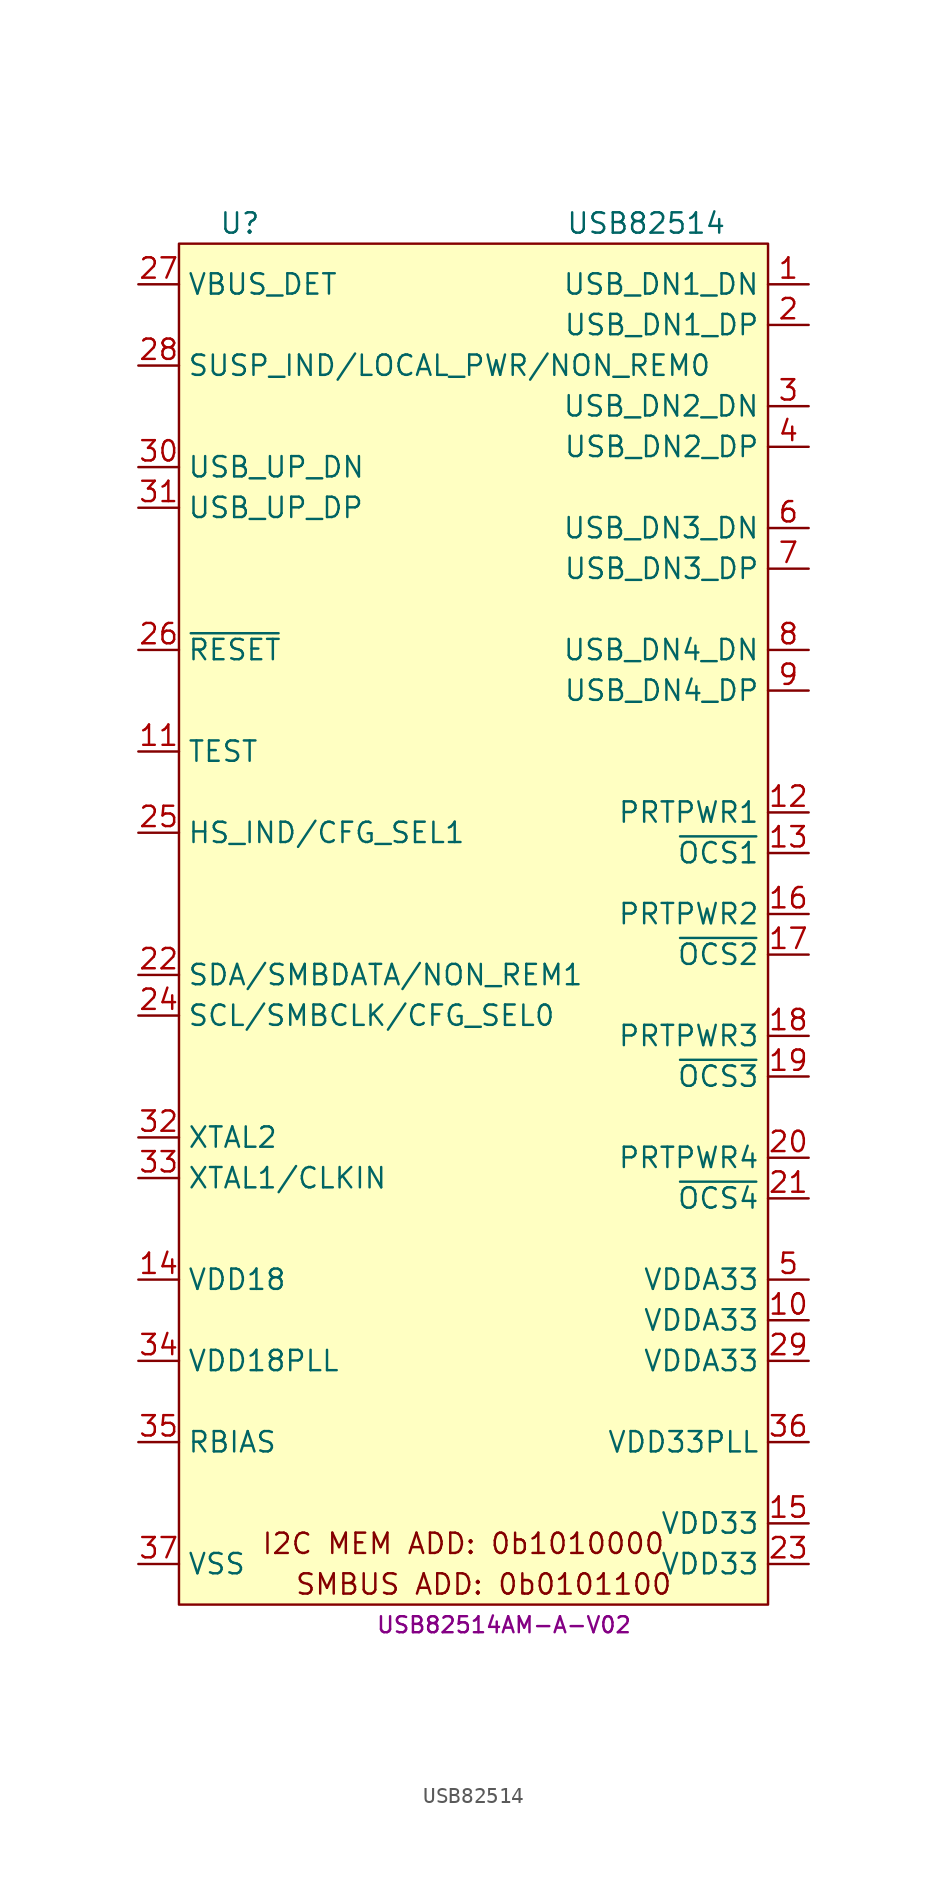
<source format=kicad_sym>
(kicad_symbol_lib
  (version 20231120)
  (generator "kicad_symbol_editor")
  (generator_version "8.0")
  (symbol "USB82514"
    (property "Reference" "U"
      (at -16.51 46.99 0)
      (effects (font (size 1.27 1.27))))
    (property "Value" "USB82514"
      (at 8.89 46.99 0)
      (effects (font (size 1.27 1.27))))
    (property "MPN" "USB82514AM-A-V02"
      (at 0 -40.64 0)
      (effects (font (size 1 1))))
    (symbol "USB82514_0_0"
      (text "I2C MEM ADD: 0b1010000" (at -2.54 -35.56 0) (effects (font (size 1.27 1.27))))
      (text "SMBUS ADD: 0b0101100" (at -1.27 -38.1 0) (effects (font (size 1.27 1.27)))))
    (symbol "USB82514_0_1"
      (rectangle (start -20.32 45.72) (end 16.51 -39.37) (stroke (width 0) (type default)) (fill (type background))))
    (symbol "USB82514_1_1"
      (pin bidirectional line (at 19.05 43.18 180) (length 2.54) (name "USB_DN1_DN" (effects (font (size 1.27 1.27)))) (number "1" (effects (font (size 1.27 1.27)))))
      (pin power_in line (at 19.05 -21.59 180) (length 2.54) (name "VDDA33" (effects (font (size 1.27 1.27)))) (number "10" (effects (font (size 1.27 1.27)))))
      (pin passive line (at -22.86 13.97 0) (length 2.54) (name "TEST" (effects (font (size 1.27 1.27)))) (number "11" (effects (font (size 1.27 1.27)))))
      (pin output line (at 19.05 10.16 180) (length 2.54) (name "PRTPWR1" (effects (font (size 1.27 1.27)))) (number "12" (effects (font (size 1.27 1.27)))))
      (pin input line (at 19.05 7.62 180) (length 2.54) (name "~{OCS1}" (effects (font (size 1.27 1.27)))) (number "13" (effects (font (size 1.27 1.27)))))
      (pin power_out line (at -22.86 -19.05 0) (length 2.54) (name "VDD18" (effects (font (size 1.27 1.27)))) (number "14" (effects (font (size 1.27 1.27)))))
      (pin power_in line (at 19.05 -34.29 180) (length 2.54) (name "VDD33" (effects (font (size 1.27 1.27)))) (number "15" (effects (font (size 1.27 1.27)))))
      (pin output line (at 19.05 3.81 180) (length 2.54) (name "PRTPWR2" (effects (font (size 1.27 1.27)))) (number "16" (effects (font (size 1.27 1.27)))))
      (pin input line (at 19.05 1.27 180) (length 2.54) (name "~{OCS2}" (effects (font (size 1.27 1.27)))) (number "17" (effects (font (size 1.27 1.27)))))
      (pin output line (at 19.05 -3.81 180) (length 2.54) (name "PRTPWR3" (effects (font (size 1.27 1.27)))) (number "18" (effects (font (size 1.27 1.27)))))
      (pin input line (at 19.05 -6.35 180) (length 2.54) (name "~{OCS3}" (effects (font (size 1.27 1.27)))) (number "19" (effects (font (size 1.27 1.27)))))
      (pin bidirectional line (at 19.05 40.64 180) (length 2.54) (name "USB_DN1_DP" (effects (font (size 1.27 1.27)))) (number "2" (effects (font (size 1.27 1.27)))))
      (pin output line (at 19.05 -11.43 180) (length 2.54) (name "PRTPWR4" (effects (font (size 1.27 1.27)))) (number "20" (effects (font (size 1.27 1.27)))))
      (pin input line (at 19.05 -13.97 180) (length 2.54) (name "~{OCS4}" (effects (font (size 1.27 1.27)))) (number "21" (effects (font (size 1.27 1.27)))))
      (pin bidirectional line (at -22.86 0 0) (length 2.54) (name "SDA/SMBDATA/NON_REM1" (effects (font (size 1.27 1.27)))) (number "22" (effects (font (size 1.27 1.27)))))
      (pin power_in line (at 19.05 -36.83 180) (length 2.54) (name "VDD33" (effects (font (size 1.27 1.27)))) (number "23" (effects (font (size 1.27 1.27)))))
      (pin bidirectional line (at -22.86 -2.54 0) (length 2.54) (name "SCL/SMBCLK/CFG_SEL0" (effects (font (size 1.27 1.27)))) (number "24" (effects (font (size 1.27 1.27)))))
      (pin bidirectional line (at -22.86 8.89 0) (length 2.54) (name "HS_IND/CFG_SEL1" (effects (font (size 1.27 1.27)))) (number "25" (effects (font (size 1.27 1.27)))))
      (pin input line (at -22.86 20.32 0) (length 2.54) (name "~{RESET}" (effects (font (size 1.27 1.27)))) (number "26" (effects (font (size 1.27 1.27)))))
      (pin input line (at -22.86 43.18 0) (length 2.54) (name "VBUS_DET" (effects (font (size 1.27 1.27)))) (number "27" (effects (font (size 1.27 1.27)))))
      (pin bidirectional line (at -22.86 38.1 0) (length 2.54) (name "SUSP_IND/LOCAL_PWR/NON_REM0" (effects (font (size 1.27 1.27)))) (number "28" (effects (font (size 1.27 1.27)))))
      (pin power_in line (at 19.05 -24.13 180) (length 2.54) (name "VDDA33" (effects (font (size 1.27 1.27)))) (number "29" (effects (font (size 1.27 1.27)))))
      (pin bidirectional line (at 19.05 35.56 180) (length 2.54) (name "USB_DN2_DN" (effects (font (size 1.27 1.27)))) (number "3" (effects (font (size 1.27 1.27)))))
      (pin bidirectional line (at -22.86 31.75 0) (length 2.54) (name "USB_UP_DN" (effects (font (size 1.27 1.27)))) (number "30" (effects (font (size 1.27 1.27)))))
      (pin bidirectional line (at -22.86 29.21 0) (length 2.54) (name "USB_UP_DP" (effects (font (size 1.27 1.27)))) (number "31" (effects (font (size 1.27 1.27)))))
      (pin output line (at -22.86 -10.16 0) (length 2.54) (name "XTAL2" (effects (font (size 1.27 1.27)))) (number "32" (effects (font (size 1.27 1.27)))))
      (pin input line (at -22.86 -12.7 0) (length 2.54) (name "XTAL1/CLKIN" (effects (font (size 1.27 1.27)))) (number "33" (effects (font (size 1.27 1.27)))))
      (pin power_out line (at -22.86 -24.13 0) (length 2.54) (name "VDD18PLL" (effects (font (size 1.27 1.27)))) (number "34" (effects (font (size 1.27 1.27)))))
      (pin passive line (at -22.86 -29.21 0) (length 2.54) (name "RBIAS" (effects (font (size 1.27 1.27)))) (number "35" (effects (font (size 1.27 1.27)))))
      (pin power_in line (at 19.05 -29.21 180) (length 2.54) (name "VDD33PLL" (effects (font (size 1.27 1.27)))) (number "36" (effects (font (size 1.27 1.27)))))
      (pin power_in line (at -22.86 -36.83 0) (length 2.54) (name "VSS" (effects (font (size 1.27 1.27)))) (number "37" (effects (font (size 1.27 1.27)))))
      (pin bidirectional line (at 19.05 33.02 180) (length 2.54) (name "USB_DN2_DP" (effects (font (size 1.27 1.27)))) (number "4" (effects (font (size 1.27 1.27)))))
      (pin power_in line (at 19.05 -19.05 180) (length 2.54) (name "VDDA33" (effects (font (size 1.27 1.27)))) (number "5" (effects (font (size 1.27 1.27)))))
      (pin bidirectional line (at 19.05 27.94 180) (length 2.54) (name "USB_DN3_DN" (effects (font (size 1.27 1.27)))) (number "6" (effects (font (size 1.27 1.27)))))
      (pin bidirectional line (at 19.05 25.4 180) (length 2.54) (name "USB_DN3_DP" (effects (font (size 1.27 1.27)))) (number "7" (effects (font (size 1.27 1.27)))))
      (pin bidirectional line (at 19.05 20.32 180) (length 2.54) (name "USB_DN4_DN" (effects (font (size 1.27 1.27)))) (number "8" (effects (font (size 1.27 1.27)))))
      (pin bidirectional line (at 19.05 17.78 180) (length 2.54) (name "USB_DN4_DP" (effects (font (size 1.27 1.27)))) (number "9" (effects (font (size 1.27 1.27))))))))
</source>
